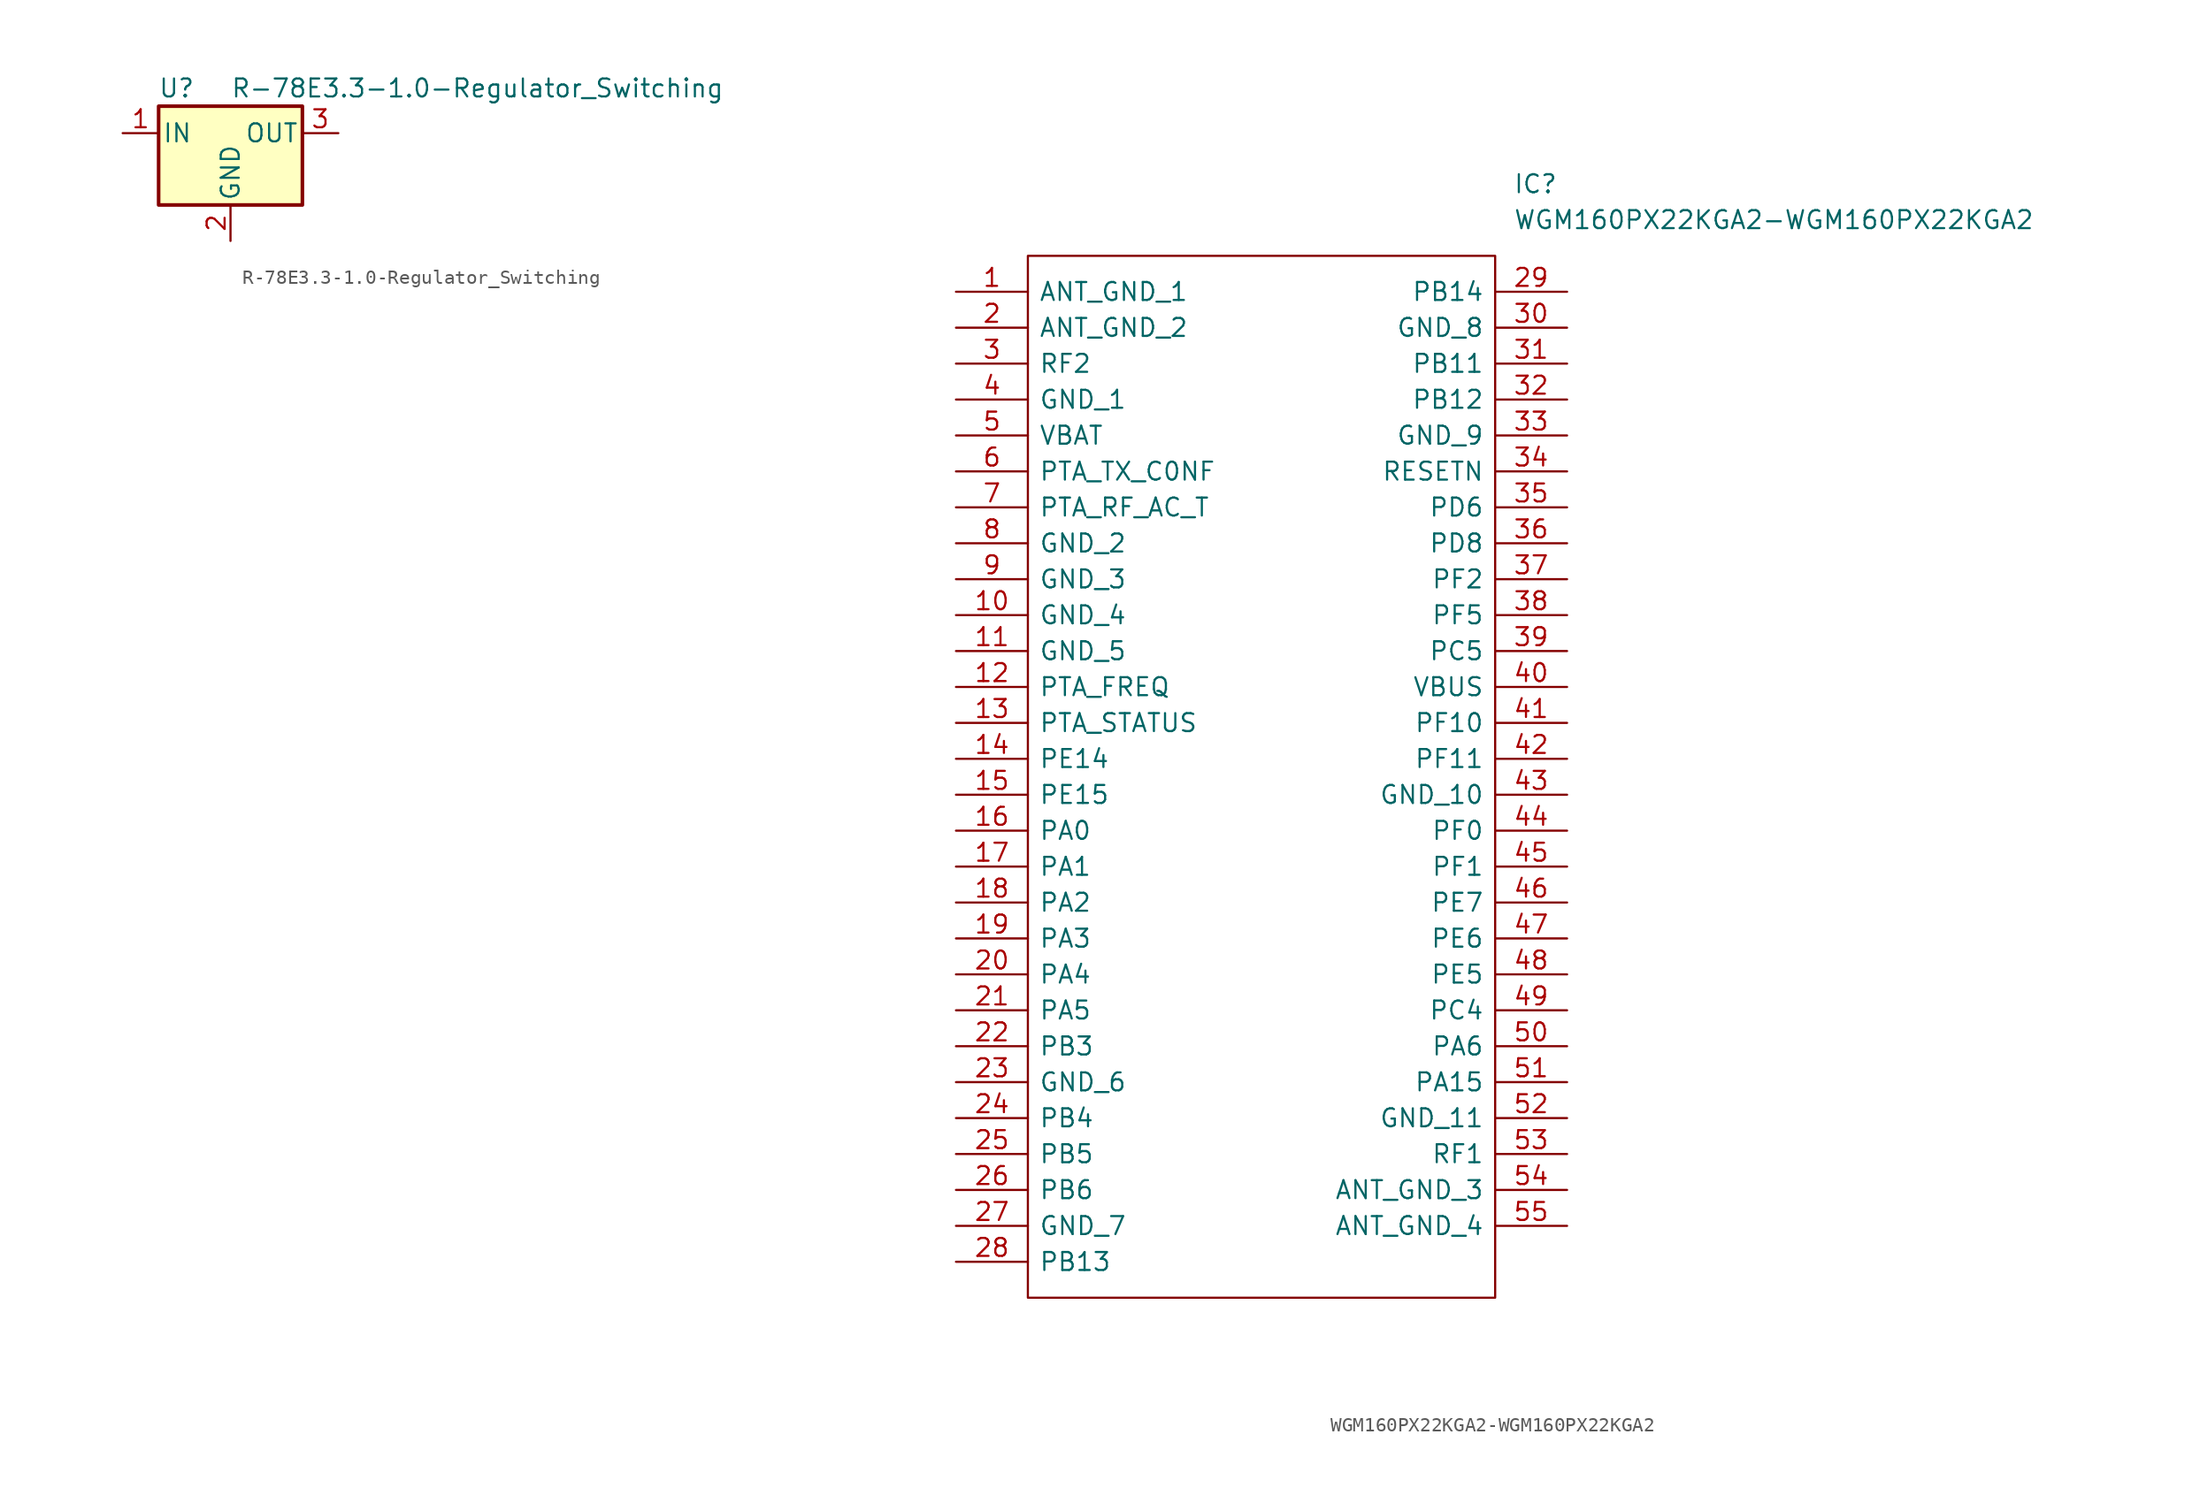
<source format=kicad_sym>
(kicad_symbol_lib
  (version 20211014)
  (generator kicad_symbol_editor)
  (symbol "R-78E3.3-1.0-Regulator_Switching"
    (pin_names
      (offset 0.254))
    (property "Reference" "U"
      (at -3.81 3.175 0)
      (effects (font (size 1.27 1.27))))
    (property "Value" "R-78E3.3-1.0-Regulator_Switching"
      (at 0 3.175 0)
      (effects (font (size 1.27 1.27)) (justify left)))
    (symbol "R-78E3.3-1.0-Regulator_Switching_0_1"
      (rectangle (start -5.08 1.905) (end 5.08 -5.08) (stroke (width 0.254) (type default) (color 0 0 0 0)) (fill (type background))))
    (symbol "R-78E3.3-1.0-Regulator_Switching_1_1"
      (pin power_in line (at -7.62 0 0) (length 2.54) (name "IN" (effects (font (size 1.27 1.27)))) (number "1" (effects (font (size 1.27 1.27)))))
      (pin power_in line (at 0 -7.62 90) (length 2.54) (name "GND" (effects (font (size 1.27 1.27)))) (number "2" (effects (font (size 1.27 1.27)))))
      (pin power_out line (at 7.62 0 180) (length 2.54) (name "OUT" (effects (font (size 1.27 1.27)))) (number "3" (effects (font (size 1.27 1.27)))))))
  (symbol "WGM160PX22KGA2-WGM160PX22KGA2"
    (pin_names
      (offset 0.762))
    (property "Reference" "IC"
      (at 39.37 7.62 0)
      (effects (font (size 1.27 1.27)) (justify left)))
    (property "Value" "WGM160PX22KGA2-WGM160PX22KGA2"
      (at 39.37 5.08 0)
      (effects (font (size 1.27 1.27)) (justify left)))
    (symbol "WGM160PX22KGA2-WGM160PX22KGA2_0_0"
      (pin passive line (at 0 0 0) (length 5.08) (name "ANT_GND_1" (effects (font (size 1.27 1.27)))) (number "1" (effects (font (size 1.27 1.27)))))
      (pin passive line (at 0 -22.86 0) (length 5.08) (name "GND_4" (effects (font (size 1.27 1.27)))) (number "10" (effects (font (size 1.27 1.27)))))
      (pin passive line (at 0 -25.4 0) (length 5.08) (name "GND_5" (effects (font (size 1.27 1.27)))) (number "11" (effects (font (size 1.27 1.27)))))
      (pin passive line (at 0 -27.94 0) (length 5.08) (name "PTA_FREQ" (effects (font (size 1.27 1.27)))) (number "12" (effects (font (size 1.27 1.27)))))
      (pin passive line (at 0 -30.48 0) (length 5.08) (name "PTA_STATUS" (effects (font (size 1.27 1.27)))) (number "13" (effects (font (size 1.27 1.27)))))
      (pin passive line (at 0 -33.02 0) (length 5.08) (name "PE14" (effects (font (size 1.27 1.27)))) (number "14" (effects (font (size 1.27 1.27)))))
      (pin passive line (at 0 -35.56 0) (length 5.08) (name "PE15" (effects (font (size 1.27 1.27)))) (number "15" (effects (font (size 1.27 1.27)))))
      (pin passive line (at 0 -38.1 0) (length 5.08) (name "PA0" (effects (font (size 1.27 1.27)))) (number "16" (effects (font (size 1.27 1.27)))))
      (pin passive line (at 0 -40.64 0) (length 5.08) (name "PA1" (effects (font (size 1.27 1.27)))) (number "17" (effects (font (size 1.27 1.27)))))
      (pin passive line (at 0 -43.18 0) (length 5.08) (name "PA2" (effects (font (size 1.27 1.27)))) (number "18" (effects (font (size 1.27 1.27)))))
      (pin passive line (at 0 -45.72 0) (length 5.08) (name "PA3" (effects (font (size 1.27 1.27)))) (number "19" (effects (font (size 1.27 1.27)))))
      (pin passive line (at 0 -2.54 0) (length 5.08) (name "ANT_GND_2" (effects (font (size 1.27 1.27)))) (number "2" (effects (font (size 1.27 1.27)))))
      (pin passive line (at 0 -48.26 0) (length 5.08) (name "PA4" (effects (font (size 1.27 1.27)))) (number "20" (effects (font (size 1.27 1.27)))))
      (pin passive line (at 0 -50.8 0) (length 5.08) (name "PA5" (effects (font (size 1.27 1.27)))) (number "21" (effects (font (size 1.27 1.27)))))
      (pin passive line (at 0 -53.34 0) (length 5.08) (name "PB3" (effects (font (size 1.27 1.27)))) (number "22" (effects (font (size 1.27 1.27)))))
      (pin passive line (at 0 -55.88 0) (length 5.08) (name "GND_6" (effects (font (size 1.27 1.27)))) (number "23" (effects (font (size 1.27 1.27)))))
      (pin passive line (at 0 -58.42 0) (length 5.08) (name "PB4" (effects (font (size 1.27 1.27)))) (number "24" (effects (font (size 1.27 1.27)))))
      (pin passive line (at 0 -60.96 0) (length 5.08) (name "PB5" (effects (font (size 1.27 1.27)))) (number "25" (effects (font (size 1.27 1.27)))))
      (pin passive line (at 0 -63.5 0) (length 5.08) (name "PB6" (effects (font (size 1.27 1.27)))) (number "26" (effects (font (size 1.27 1.27)))))
      (pin passive line (at 0 -66.04 0) (length 5.08) (name "GND_7" (effects (font (size 1.27 1.27)))) (number "27" (effects (font (size 1.27 1.27)))))
      (pin passive line (at 0 -68.58 0) (length 5.08) (name "PB13" (effects (font (size 1.27 1.27)))) (number "28" (effects (font (size 1.27 1.27)))))
      (pin passive line (at 43.18 0 180) (length 5.08) (name "PB14" (effects (font (size 1.27 1.27)))) (number "29" (effects (font (size 1.27 1.27)))))
      (pin passive line (at 0 -5.08 0) (length 5.08) (name "RF2" (effects (font (size 1.27 1.27)))) (number "3" (effects (font (size 1.27 1.27)))))
      (pin passive line (at 43.18 -2.54 180) (length 5.08) (name "GND_8" (effects (font (size 1.27 1.27)))) (number "30" (effects (font (size 1.27 1.27)))))
      (pin passive line (at 43.18 -5.08 180) (length 5.08) (name "PB11" (effects (font (size 1.27 1.27)))) (number "31" (effects (font (size 1.27 1.27)))))
      (pin passive line (at 43.18 -7.62 180) (length 5.08) (name "PB12" (effects (font (size 1.27 1.27)))) (number "32" (effects (font (size 1.27 1.27)))))
      (pin passive line (at 43.18 -10.16 180) (length 5.08) (name "GND_9" (effects (font (size 1.27 1.27)))) (number "33" (effects (font (size 1.27 1.27)))))
      (pin passive line (at 43.18 -12.7 180) (length 5.08) (name "RESETN" (effects (font (size 1.27 1.27)))) (number "34" (effects (font (size 1.27 1.27)))))
      (pin passive line (at 43.18 -15.24 180) (length 5.08) (name "PD6" (effects (font (size 1.27 1.27)))) (number "35" (effects (font (size 1.27 1.27)))))
      (pin passive line (at 43.18 -17.78 180) (length 5.08) (name "PD8" (effects (font (size 1.27 1.27)))) (number "36" (effects (font (size 1.27 1.27)))))
      (pin passive line (at 43.18 -20.32 180) (length 5.08) (name "PF2" (effects (font (size 1.27 1.27)))) (number "37" (effects (font (size 1.27 1.27)))))
      (pin passive line (at 43.18 -22.86 180) (length 5.08) (name "PF5" (effects (font (size 1.27 1.27)))) (number "38" (effects (font (size 1.27 1.27)))))
      (pin passive line (at 43.18 -25.4 180) (length 5.08) (name "PC5" (effects (font (size 1.27 1.27)))) (number "39" (effects (font (size 1.27 1.27)))))
      (pin passive line (at 0 -7.62 0) (length 5.08) (name "GND_1" (effects (font (size 1.27 1.27)))) (number "4" (effects (font (size 1.27 1.27)))))
      (pin passive line (at 43.18 -27.94 180) (length 5.08) (name "VBUS" (effects (font (size 1.27 1.27)))) (number "40" (effects (font (size 1.27 1.27)))))
      (pin passive line (at 43.18 -30.48 180) (length 5.08) (name "PF10" (effects (font (size 1.27 1.27)))) (number "41" (effects (font (size 1.27 1.27)))))
      (pin passive line (at 43.18 -33.02 180) (length 5.08) (name "PF11" (effects (font (size 1.27 1.27)))) (number "42" (effects (font (size 1.27 1.27)))))
      (pin passive line (at 43.18 -35.56 180) (length 5.08) (name "GND_10" (effects (font (size 1.27 1.27)))) (number "43" (effects (font (size 1.27 1.27)))))
      (pin passive line (at 43.18 -38.1 180) (length 5.08) (name "PF0" (effects (font (size 1.27 1.27)))) (number "44" (effects (font (size 1.27 1.27)))))
      (pin passive line (at 43.18 -40.64 180) (length 5.08) (name "PF1" (effects (font (size 1.27 1.27)))) (number "45" (effects (font (size 1.27 1.27)))))
      (pin passive line (at 43.18 -43.18 180) (length 5.08) (name "PE7" (effects (font (size 1.27 1.27)))) (number "46" (effects (font (size 1.27 1.27)))))
      (pin passive line (at 43.18 -45.72 180) (length 5.08) (name "PE6" (effects (font (size 1.27 1.27)))) (number "47" (effects (font (size 1.27 1.27)))))
      (pin passive line (at 43.18 -48.26 180) (length 5.08) (name "PE5" (effects (font (size 1.27 1.27)))) (number "48" (effects (font (size 1.27 1.27)))))
      (pin passive line (at 43.18 -50.8 180) (length 5.08) (name "PC4" (effects (font (size 1.27 1.27)))) (number "49" (effects (font (size 1.27 1.27)))))
      (pin passive line (at 0 -10.16 0) (length 5.08) (name "VBAT" (effects (font (size 1.27 1.27)))) (number "5" (effects (font (size 1.27 1.27)))))
      (pin passive line (at 43.18 -53.34 180) (length 5.08) (name "PA6" (effects (font (size 1.27 1.27)))) (number "50" (effects (font (size 1.27 1.27)))))
      (pin passive line (at 43.18 -55.88 180) (length 5.08) (name "PA15" (effects (font (size 1.27 1.27)))) (number "51" (effects (font (size 1.27 1.27)))))
      (pin passive line (at 43.18 -58.42 180) (length 5.08) (name "GND_11" (effects (font (size 1.27 1.27)))) (number "52" (effects (font (size 1.27 1.27)))))
      (pin passive line (at 43.18 -60.96 180) (length 5.08) (name "RF1" (effects (font (size 1.27 1.27)))) (number "53" (effects (font (size 1.27 1.27)))))
      (pin passive line (at 43.18 -63.5 180) (length 5.08) (name "ANT_GND_3" (effects (font (size 1.27 1.27)))) (number "54" (effects (font (size 1.27 1.27)))))
      (pin passive line (at 43.18 -66.04 180) (length 5.08) (name "ANT_GND_4" (effects (font (size 1.27 1.27)))) (number "55" (effects (font (size 1.27 1.27)))))
      (pin passive line (at 0 -12.7 0) (length 5.08) (name "PTA_TX_C0NF" (effects (font (size 1.27 1.27)))) (number "6" (effects (font (size 1.27 1.27)))))
      (pin passive line (at 0 -15.24 0) (length 5.08) (name "PTA_RF_AC_T" (effects (font (size 1.27 1.27)))) (number "7" (effects (font (size 1.27 1.27)))))
      (pin passive line (at 0 -17.78 0) (length 5.08) (name "GND_2" (effects (font (size 1.27 1.27)))) (number "8" (effects (font (size 1.27 1.27)))))
      (pin passive line (at 0 -20.32 0) (length 5.08) (name "GND_3" (effects (font (size 1.27 1.27)))) (number "9" (effects (font (size 1.27 1.27))))))
    (symbol "WGM160PX22KGA2-WGM160PX22KGA2_0_1"
      (polyline (pts (xy 5.08 2.54) (xy 38.1 2.54) (xy 38.1 -71.12) (xy 5.08 -71.12) (xy 5.08 2.54)) (stroke (width 0.152) (type default) (color 0 0 0 0)) (fill (type none))))))
</source>
